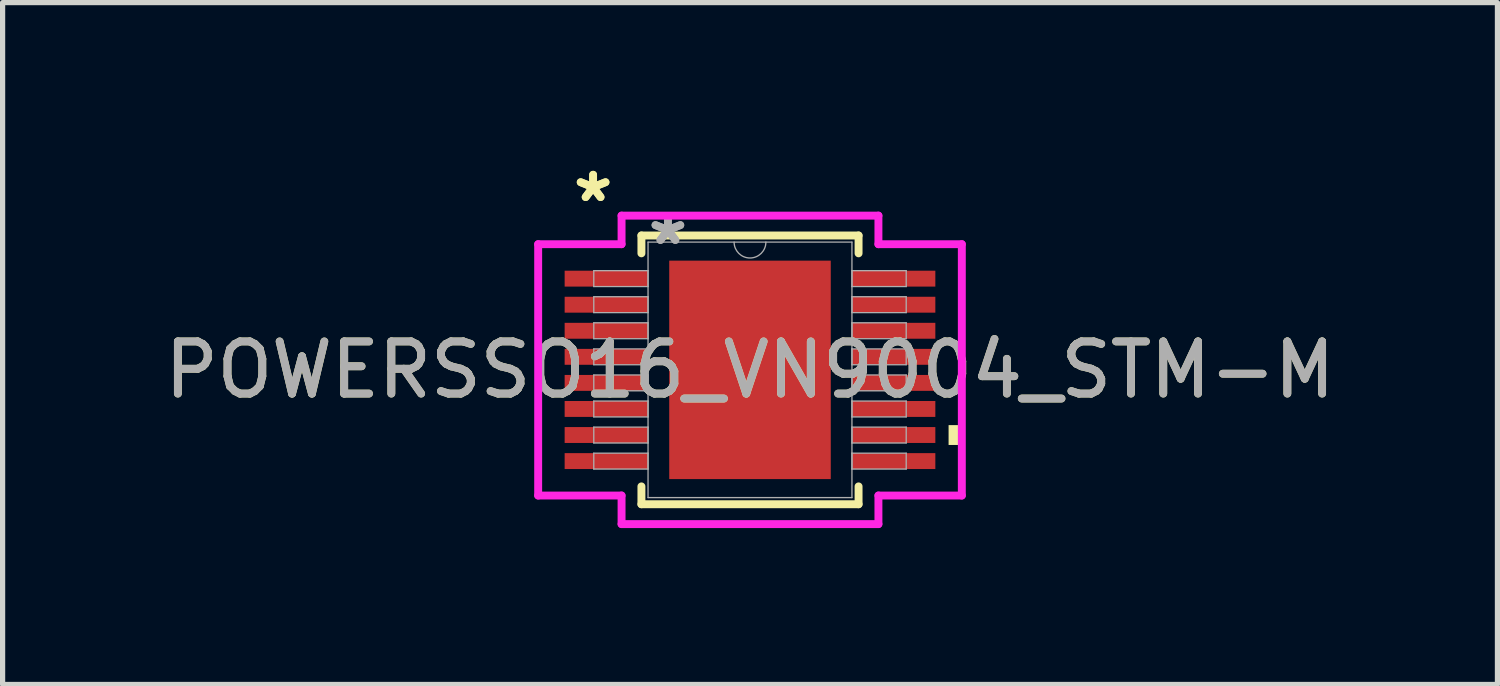
<source format=kicad_pcb>
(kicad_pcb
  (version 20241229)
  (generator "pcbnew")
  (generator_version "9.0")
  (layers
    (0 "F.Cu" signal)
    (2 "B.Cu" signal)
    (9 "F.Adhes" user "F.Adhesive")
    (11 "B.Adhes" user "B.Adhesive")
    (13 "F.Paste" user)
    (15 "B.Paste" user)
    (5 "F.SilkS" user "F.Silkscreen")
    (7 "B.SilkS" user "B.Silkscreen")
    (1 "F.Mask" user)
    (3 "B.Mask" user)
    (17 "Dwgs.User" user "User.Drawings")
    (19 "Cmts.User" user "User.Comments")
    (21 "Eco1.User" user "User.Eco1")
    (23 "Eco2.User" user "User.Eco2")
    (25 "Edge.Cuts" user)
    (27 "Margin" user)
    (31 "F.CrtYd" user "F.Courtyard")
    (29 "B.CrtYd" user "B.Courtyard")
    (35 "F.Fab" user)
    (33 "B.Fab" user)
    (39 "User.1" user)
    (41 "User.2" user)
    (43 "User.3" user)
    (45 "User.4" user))
  (footprint "POWERSSO16_VN9004_STM-M"
    (layer "F.Cu")
    (at 11.339 4.046)
    (property "Reference" "POWERSSO16_VN9004_STM-M" (at 0 0 0) (unlocked yes) (layer "F.SilkS") (effects (font (size 1 1) (thickness 0.15))))
    (attr smd)
    (fp_line (start -2.083 -2.578) (end -2.083 -2.236) (stroke (width 0.152) (type solid)) (layer "F.SilkS"))
    (fp_line (start -2.083 2.236) (end -2.083 2.578) (stroke (width 0.152) (type solid)) (layer "F.SilkS"))
    (fp_line (start -2.083 2.578) (end 2.083 2.578) (stroke (width 0.152) (type solid)) (layer "F.SilkS"))
    (fp_line (start 2.083 -2.578) (end -2.083 -2.578) (stroke (width 0.152) (type solid)) (layer "F.SilkS"))
    (fp_line (start 2.083 -2.236) (end 2.083 -2.578) (stroke (width 0.152) (type solid)) (layer "F.SilkS"))
    (fp_line (start 2.083 2.578) (end 2.083 2.236) (stroke (width 0.152) (type solid)) (layer "F.SilkS"))
    (fp_poly (pts (xy 4.064 1.06) (xy 4.064 1.441) (xy 3.81 1.441) (xy 3.81 1.06)) (stroke (width 0) (type solid)) (fill yes) (layer "F.SilkS"))
    (fp_poly (pts (xy -1.449 -1.996) (xy -1.449 -0.798) (xy -0.1 -0.798) (xy -0.1 -1.996)) (stroke (width 0) (type solid)) (fill yes) (layer "F.Paste"))
    (fp_poly (pts (xy -1.449 -0.599) (xy -1.449 0.599) (xy -0.1 0.599) (xy -0.1 -0.599)) (stroke (width 0) (type solid)) (fill yes) (layer "F.Paste"))
    (fp_poly (pts (xy -1.449 0.798) (xy -1.449 1.996) (xy -0.1 1.996) (xy -0.1 0.798)) (stroke (width 0) (type solid)) (fill yes) (layer "F.Paste"))
    (fp_poly (pts (xy 0.1 -1.996) (xy 0.1 -0.798) (xy 1.449 -0.798) (xy 1.449 -1.996)) (stroke (width 0) (type solid)) (fill yes) (layer "F.Paste"))
    (fp_poly (pts (xy 0.1 -0.599) (xy 0.1 0.599) (xy 1.449 0.599) (xy 1.449 -0.599)) (stroke (width 0) (type solid)) (fill yes) (layer "F.Paste"))
    (fp_poly (pts (xy 0.1 0.798) (xy 0.1 1.996) (xy 1.449 1.996) (xy 1.449 0.798)) (stroke (width 0) (type solid)) (fill yes) (layer "F.Paste"))
    (fp_line (start -4.064 -2.411) (end -2.464 -2.411) (stroke (width 0.152) (type solid)) (layer "F.CrtYd"))
    (fp_line (start -4.064 2.411) (end -4.064 -2.411) (stroke (width 0.152) (type solid)) (layer "F.CrtYd"))
    (fp_line (start -4.064 2.411) (end -2.464 2.411) (stroke (width 0.152) (type solid)) (layer "F.CrtYd"))
    (fp_line (start -2.464 -2.959) (end 2.464 -2.959) (stroke (width 0.152) (type solid)) (layer "F.CrtYd"))
    (fp_line (start -2.464 -2.411) (end -2.464 -2.959) (stroke (width 0.152) (type solid)) (layer "F.CrtYd"))
    (fp_line (start -2.464 2.959) (end -2.464 2.411) (stroke (width 0.152) (type solid)) (layer "F.CrtYd"))
    (fp_line (start 2.464 -2.959) (end 2.464 -2.411) (stroke (width 0.152) (type solid)) (layer "F.CrtYd"))
    (fp_line (start 2.464 2.411) (end 2.464 2.959) (stroke (width 0.152) (type solid)) (layer "F.CrtYd"))
    (fp_line (start 2.464 2.959) (end -2.464 2.959) (stroke (width 0.152) (type solid)) (layer "F.CrtYd"))
    (fp_line (start 4.064 -2.411) (end 2.464 -2.411) (stroke (width 0.152) (type solid)) (layer "F.CrtYd"))
    (fp_line (start 4.064 -2.411) (end 4.064 2.411) (stroke (width 0.152) (type solid)) (layer "F.CrtYd"))
    (fp_line (start 4.064 2.411) (end 2.464 2.411) (stroke (width 0.152) (type solid)) (layer "F.CrtYd"))
    (fp_line (start -2.997 -1.903) (end -2.997 -1.598) (stroke (width 0.025) (type solid)) (layer "F.Fab"))
    (fp_line (start -2.997 -1.598) (end -1.956 -1.598) (stroke (width 0.025) (type solid)) (layer "F.Fab"))
    (fp_line (start -2.997 -1.403) (end -2.997 -1.098) (stroke (width 0.025) (type solid)) (layer "F.Fab"))
    (fp_line (start -2.997 -1.098) (end -1.956 -1.098) (stroke (width 0.025) (type solid)) (layer "F.Fab"))
    (fp_line (start -2.997 -0.903) (end -2.997 -0.598) (stroke (width 0.025) (type solid)) (layer "F.Fab"))
    (fp_line (start -2.997 -0.598) (end -1.956 -0.598) (stroke (width 0.025) (type solid)) (layer "F.Fab"))
    (fp_line (start -2.997 -0.402) (end -2.997 -0.098) (stroke (width 0.025) (type solid)) (layer "F.Fab"))
    (fp_line (start -2.997 -0.098) (end -1.956 -0.098) (stroke (width 0.025) (type solid)) (layer "F.Fab"))
    (fp_line (start -2.997 0.098) (end -2.997 0.402) (stroke (width 0.025) (type solid)) (layer "F.Fab"))
    (fp_line (start -2.997 0.402) (end -1.956 0.402) (stroke (width 0.025) (type solid)) (layer "F.Fab"))
    (fp_line (start -2.997 0.598) (end -2.997 0.903) (stroke (width 0.025) (type solid)) (layer "F.Fab"))
    (fp_line (start -2.997 0.903) (end -1.956 0.903) (stroke (width 0.025) (type solid)) (layer "F.Fab"))
    (fp_line (start -2.997 1.098) (end -2.997 1.403) (stroke (width 0.025) (type solid)) (layer "F.Fab"))
    (fp_line (start -2.997 1.403) (end -1.956 1.403) (stroke (width 0.025) (type solid)) (layer "F.Fab"))
    (fp_line (start -2.997 1.598) (end -2.997 1.903) (stroke (width 0.025) (type solid)) (layer "F.Fab"))
    (fp_line (start -2.997 1.903) (end -1.956 1.903) (stroke (width 0.025) (type solid)) (layer "F.Fab"))
    (fp_line (start -1.956 -2.451) (end -1.956 2.451) (stroke (width 0.025) (type solid)) (layer "F.Fab"))
    (fp_line (start -1.956 -1.903) (end -2.997 -1.903) (stroke (width 0.025) (type solid)) (layer "F.Fab"))
    (fp_line (start -1.956 -1.598) (end -1.956 -1.903) (stroke (width 0.025) (type solid)) (layer "F.Fab"))
    (fp_line (start -1.956 -1.403) (end -2.997 -1.403) (stroke (width 0.025) (type solid)) (layer "F.Fab"))
    (fp_line (start -1.956 -1.098) (end -1.956 -1.403) (stroke (width 0.025) (type solid)) (layer "F.Fab"))
    (fp_line (start -1.956 -0.903) (end -2.997 -0.903) (stroke (width 0.025) (type solid)) (layer "F.Fab"))
    (fp_line (start -1.956 -0.598) (end -1.956 -0.903) (stroke (width 0.025) (type solid)) (layer "F.Fab"))
    (fp_line (start -1.956 -0.402) (end -2.997 -0.402) (stroke (width 0.025) (type solid)) (layer "F.Fab"))
    (fp_line (start -1.956 -0.098) (end -1.956 -0.402) (stroke (width 0.025) (type solid)) (layer "F.Fab"))
    (fp_line (start -1.956 0.098) (end -2.997 0.098) (stroke (width 0.025) (type solid)) (layer "F.Fab"))
    (fp_line (start -1.956 0.402) (end -1.956 0.098) (stroke (width 0.025) (type solid)) (layer "F.Fab"))
    (fp_line (start -1.956 0.598) (end -2.997 0.598) (stroke (width 0.025) (type solid)) (layer "F.Fab"))
    (fp_line (start -1.956 0.903) (end -1.956 0.598) (stroke (width 0.025) (type solid)) (layer "F.Fab"))
    (fp_line (start -1.956 1.098) (end -2.997 1.098) (stroke (width 0.025) (type solid)) (layer "F.Fab"))
    (fp_line (start -1.956 1.403) (end -1.956 1.098) (stroke (width 0.025) (type solid)) (layer "F.Fab"))
    (fp_line (start -1.956 1.598) (end -2.997 1.598) (stroke (width 0.025) (type solid)) (layer "F.Fab"))
    (fp_line (start -1.956 1.903) (end -1.956 1.598) (stroke (width 0.025) (type solid)) (layer "F.Fab"))
    (fp_line (start -1.956 2.451) (end 1.956 2.451) (stroke (width 0.025) (type solid)) (layer "F.Fab"))
    (fp_line (start 1.956 -2.451) (end -1.956 -2.451) (stroke (width 0.025) (type solid)) (layer "F.Fab"))
    (fp_line (start 1.956 -1.903) (end 1.956 -1.598) (stroke (width 0.025) (type solid)) (layer "F.Fab"))
    (fp_line (start 1.956 -1.598) (end 2.997 -1.598) (stroke (width 0.025) (type solid)) (layer "F.Fab"))
    (fp_line (start 1.956 -1.403) (end 1.956 -1.098) (stroke (width 0.025) (type solid)) (layer "F.Fab"))
    (fp_line (start 1.956 -1.098) (end 2.997 -1.098) (stroke (width 0.025) (type solid)) (layer "F.Fab"))
    (fp_line (start 1.956 -0.903) (end 1.956 -0.598) (stroke (width 0.025) (type solid)) (layer "F.Fab"))
    (fp_line (start 1.956 -0.598) (end 2.997 -0.598) (stroke (width 0.025) (type solid)) (layer "F.Fab"))
    (fp_line (start 1.956 -0.402) (end 1.956 -0.098) (stroke (width 0.025) (type solid)) (layer "F.Fab"))
    (fp_line (start 1.956 -0.098) (end 2.997 -0.098) (stroke (width 0.025) (type solid)) (layer "F.Fab"))
    (fp_line (start 1.956 0.098) (end 1.956 0.402) (stroke (width 0.025) (type solid)) (layer "F.Fab"))
    (fp_line (start 1.956 0.402) (end 2.997 0.402) (stroke (width 0.025) (type solid)) (layer "F.Fab"))
    (fp_line (start 1.956 0.598) (end 1.956 0.903) (stroke (width 0.025) (type solid)) (layer "F.Fab"))
    (fp_line (start 1.956 0.903) (end 2.997 0.903) (stroke (width 0.025) (type solid)) (layer "F.Fab"))
    (fp_line (start 1.956 1.098) (end 1.956 1.403) (stroke (width 0.025) (type solid)) (layer "F.Fab"))
    (fp_line (start 1.956 1.403) (end 2.997 1.403) (stroke (width 0.025) (type solid)) (layer "F.Fab"))
    (fp_line (start 1.956 1.598) (end 1.956 1.903) (stroke (width 0.025) (type solid)) (layer "F.Fab"))
    (fp_line (start 1.956 1.903) (end 2.997 1.903) (stroke (width 0.025) (type solid)) (layer "F.Fab"))
    (fp_line (start 1.956 2.451) (end 1.956 -2.451) (stroke (width 0.025) (type solid)) (layer "F.Fab"))
    (fp_line (start 2.997 -1.903) (end 1.956 -1.903) (stroke (width 0.025) (type solid)) (layer "F.Fab"))
    (fp_line (start 2.997 -1.598) (end 2.997 -1.903) (stroke (width 0.025) (type solid)) (layer "F.Fab"))
    (fp_line (start 2.997 -1.403) (end 1.956 -1.403) (stroke (width 0.025) (type solid)) (layer "F.Fab"))
    (fp_line (start 2.997 -1.098) (end 2.997 -1.403) (stroke (width 0.025) (type solid)) (layer "F.Fab"))
    (fp_line (start 2.997 -0.903) (end 1.956 -0.903) (stroke (width 0.025) (type solid)) (layer "F.Fab"))
    (fp_line (start 2.997 -0.598) (end 2.997 -0.903) (stroke (width 0.025) (type solid)) (layer "F.Fab"))
    (fp_line (start 2.997 -0.402) (end 1.956 -0.402) (stroke (width 0.025) (type solid)) (layer "F.Fab"))
    (fp_line (start 2.997 -0.098) (end 2.997 -0.402) (stroke (width 0.025) (type solid)) (layer "F.Fab"))
    (fp_line (start 2.997 0.098) (end 1.956 0.098) (stroke (width 0.025) (type solid)) (layer "F.Fab"))
    (fp_line (start 2.997 0.402) (end 2.997 0.098) (stroke (width 0.025) (type solid)) (layer "F.Fab"))
    (fp_line (start 2.997 0.598) (end 1.956 0.598) (stroke (width 0.025) (type solid)) (layer "F.Fab"))
    (fp_line (start 2.997 0.903) (end 2.997 0.598) (stroke (width 0.025) (type solid)) (layer "F.Fab"))
    (fp_line (start 2.997 1.098) (end 1.956 1.098) (stroke (width 0.025) (type solid)) (layer "F.Fab"))
    (fp_line (start 2.997 1.403) (end 2.997 1.098) (stroke (width 0.025) (type solid)) (layer "F.Fab"))
    (fp_line (start 2.997 1.598) (end 1.956 1.598) (stroke (width 0.025) (type solid)) (layer "F.Fab"))
    (fp_line (start 2.997 1.903) (end 2.997 1.598) (stroke (width 0.025) (type solid)) (layer "F.Fab"))
    (fp_arc (start 0.3048 -2.4511) (mid 0 -2.1463) (end -0.3048 -2.4511) (stroke (width 0.0254) (type solid)) (layer "F.Fab"))
    (fp_text user "*" (at -3.01 -3.198 0) (layer "F.SilkS") (effects (font (size 1 1) (thickness 0.15))))
    (fp_text user "*" (at -3.01 -3.198 0) (unlocked yes) (layer "F.SilkS") (effects (font (size 1 1) (thickness 0.15))))
    (fp_text user "*" (at -1.575 -2.375 0) (layer "F.Fab") (effects (font (size 1 1) (thickness 0.15))))
    (fp_text user "${REFERENCE}" (at 0 0 0) (unlocked yes) (layer "F.Fab") (effects (font (size 1 1) (thickness 0.15))))
    (fp_text user "*" (at -1.575 -2.375 0) (unlocked yes) (layer "F.Fab") (effects (font (size 1 1) (thickness 0.15))))
    (pad "1" smd rect (at -2.756 -1.75) (size 1.6 0.305) (layers "F.Cu" "F.Mask" "F.Paste"))
    (pad "2" smd rect (at -2.756 -1.25) (size 1.6 0.305) (layers "F.Cu" "F.Mask" "F.Paste"))
    (pad "3" smd rect (at -2.756 -0.75) (size 1.6 0.305) (layers "F.Cu" "F.Mask" "F.Paste"))
    (pad "4" smd rect (at -2.756 -0.25) (size 1.6 0.305) (layers "F.Cu" "F.Mask" "F.Paste"))
    (pad "5" smd rect (at -2.756 0.25) (size 1.6 0.305) (layers "F.Cu" "F.Mask" "F.Paste"))
    (pad "6" smd rect (at -2.756 0.75) (size 1.6 0.305) (layers "F.Cu" "F.Mask" "F.Paste"))
    (pad "7" smd rect (at -2.756 1.25) (size 1.6 0.305) (layers "F.Cu" "F.Mask" "F.Paste"))
    (pad "8" smd rect (at -2.756 1.75) (size 1.6 0.305) (layers "F.Cu" "F.Mask" "F.Paste"))
    (pad "9" smd rect (at 2.756 1.75) (size 1.6 0.305) (layers "F.Cu" "F.Mask" "F.Paste"))
    (pad "10" smd rect (at 2.756 1.25) (size 1.6 0.305) (layers "F.Cu" "F.Mask" "F.Paste"))
    (pad "11" smd rect (at 2.756 0.75) (size 1.6 0.305) (layers "F.Cu" "F.Mask" "F.Paste"))
    (pad "12" smd rect (at 2.756 0.25) (size 1.6 0.305) (layers "F.Cu" "F.Mask" "F.Paste"))
    (pad "13" smd rect (at 2.756 -0.25) (size 1.6 0.305) (layers "F.Cu" "F.Mask" "F.Paste"))
    (pad "14" smd rect (at 2.756 -0.75) (size 1.6 0.305) (layers "F.Cu" "F.Mask" "F.Paste"))
    (pad "15" smd rect (at 2.756 -1.25) (size 1.6 0.305) (layers "F.Cu" "F.Mask" "F.Paste"))
    (pad "16" smd rect (at 2.756 -1.75) (size 1.6 0.305) (layers "F.Cu" "F.Mask" "F.Paste"))
    (pad "EPAD" smd rect (at 0 0) (size 3.099 4.191) (layers "F.Cu" "F.Mask")))
  (gr_rect
    (start -3 -3)
    (end 25.679 10.082)
    (stroke (width 0.1) (type default))
    (fill no)
    (layer "Edge.Cuts")))
</source>
